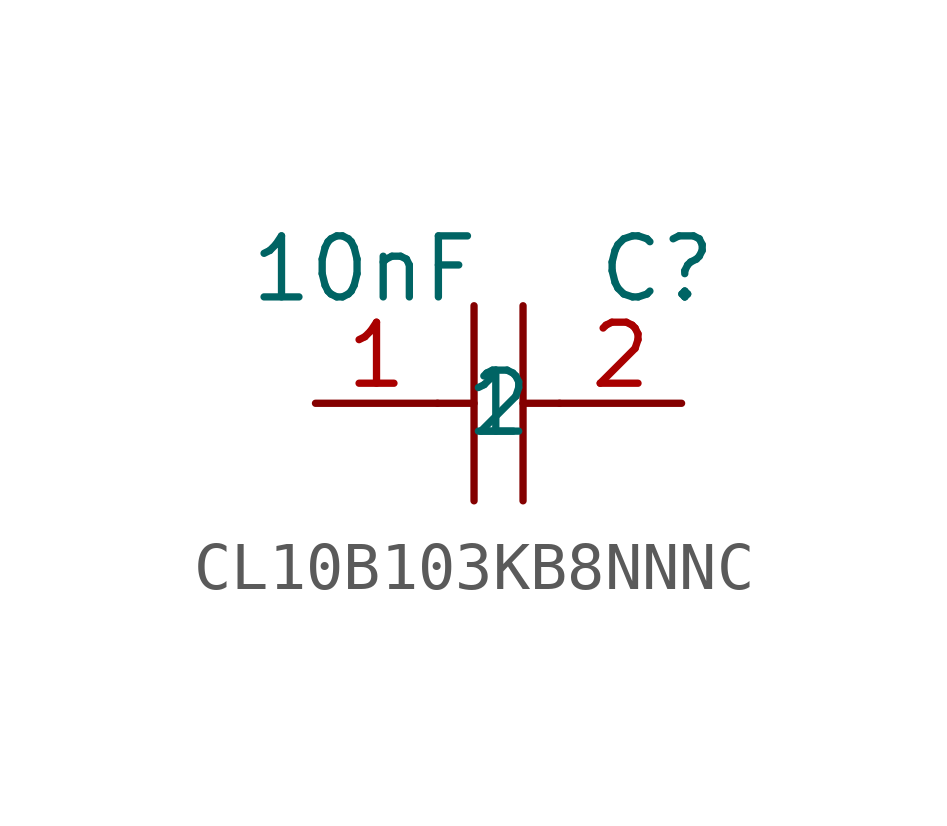
<source format=kicad_sym>
(kicad_symbol_lib
  (version 20231120)
  (generator "kicad_symbol_editor")
  (generator_version "8.0")
  (symbol "CL10B103KB8NNNC"
    (property "Reference" "C"
      (at 3.302 2.794 0)
      (effects (font (size 1.27 1.27))))
    (property "Value" "10nF"
      (at -2.794 2.794 0)
      (effects (font (size 1.27 1.27))))
    (symbol "CL10B103KB8NNNC_0_1"
      (polyline (pts (xy -1.27 0) (xy -0.51 0)) (stroke (width 0) (type default)) (fill (type none)))
      (polyline (pts (xy -0.51 2.03) (xy -0.51 -2.03)) (stroke (width 0) (type default)) (fill (type none)))
      (polyline (pts (xy 0.51 0) (xy 1.27 0)) (stroke (width 0) (type default)) (fill (type none)))
      (polyline (pts (xy 0.51 2.03) (xy 0.51 -2.03)) (stroke (width 0) (type default)) (fill (type none)))
      (pin passive line (at -3.81 0 0) (length 2.54) (name "1" (effects (font (size 1.27 1.27)))) (number "1" (effects (font (size 1.27 1.27)))))
      (pin passive line (at 3.81 0 180) (length 2.54) (name "2" (effects (font (size 1.27 1.27)))) (number "2" (effects (font (size 1.27 1.27))))))))
</source>
